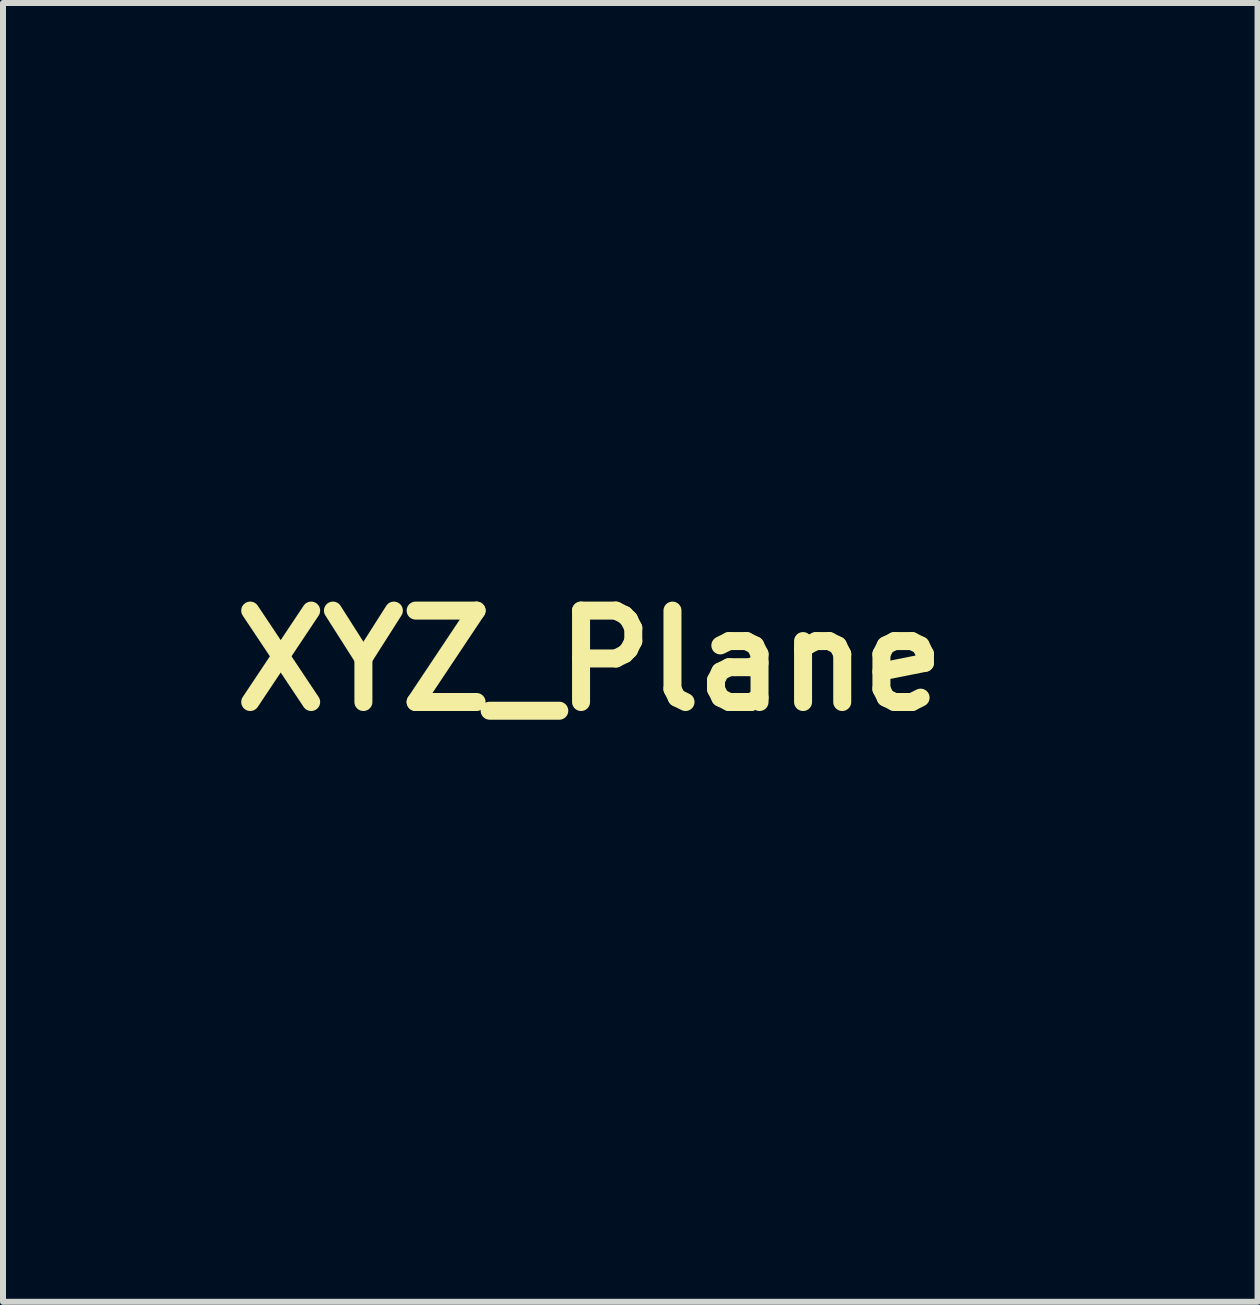
<source format=kicad_pcb>
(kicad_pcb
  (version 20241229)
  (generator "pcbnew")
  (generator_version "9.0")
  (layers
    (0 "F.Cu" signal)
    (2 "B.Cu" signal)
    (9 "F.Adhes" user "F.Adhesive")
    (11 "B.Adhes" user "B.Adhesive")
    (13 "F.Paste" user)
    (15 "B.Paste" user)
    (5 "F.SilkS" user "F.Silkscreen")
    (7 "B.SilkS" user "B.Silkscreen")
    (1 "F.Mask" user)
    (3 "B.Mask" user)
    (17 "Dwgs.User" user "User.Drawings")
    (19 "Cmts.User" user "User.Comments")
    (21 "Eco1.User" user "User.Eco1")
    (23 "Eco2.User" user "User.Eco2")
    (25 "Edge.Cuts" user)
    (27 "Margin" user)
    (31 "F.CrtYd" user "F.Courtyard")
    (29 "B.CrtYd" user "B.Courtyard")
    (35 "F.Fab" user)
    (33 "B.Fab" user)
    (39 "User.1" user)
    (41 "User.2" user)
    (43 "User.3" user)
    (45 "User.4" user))
  (footprint "XYZ_Plane"
    (layer "F.Cu")
    (at 6.782 7.964)
    (property "Reference" "XYZ_Plane" (at 0 0 0) (layer "F.SilkS") (effects (font (size 1.524 1.524) (thickness 0.3))))
    (attr through_hole)
    (fp_poly (pts (xy 2.351 1.643) (xy 2.546 1.829) (xy 2.598 1.881) (xy 2.808 2.101) (xy 2.91 2.244) (xy 2.921 2.343) (xy 2.883 2.408) (xy 2.793 2.501) (xy 2.708 2.521) (xy 2.592 2.454) (xy 2.411 2.286) (xy 2.286 2.159) (xy 2.085 1.948) (xy 1.99 1.817) (xy 1.982 1.728) (xy 2.047 1.643) (xy 2.057 1.632) (xy 2.144 1.562) (xy 2.229 1.56) (xy 2.351 1.643)) (stroke (width 0.01) (type solid)) (fill no) (layer "Eco2.User"))
    (fp_poly (pts (xy 4.637 3.929) (xy 4.832 4.115) (xy 4.884 4.167) (xy 5.094 4.387) (xy 5.196 4.53) (xy 5.207 4.629) (xy 5.169 4.694) (xy 5.079 4.787) (xy 4.994 4.807) (xy 4.878 4.74) (xy 4.697 4.572) (xy 4.572 4.445) (xy 4.371 4.234) (xy 4.276 4.103) (xy 4.268 4.014) (xy 4.333 3.929) (xy 4.343 3.918) (xy 4.43 3.848) (xy 4.515 3.846) (xy 4.637 3.929)) (stroke (width 0.01) (type solid)) (fill no) (layer "Eco2.User"))
    (fp_poly (pts (xy 1.214 0.5) (xy 1.407 0.686) (xy 1.468 0.748) (xy 1.677 0.966) (xy 1.782 1.101) (xy 1.798 1.19) (xy 1.742 1.267) (xy 1.712 1.295) (xy 1.622 1.362) (xy 1.533 1.362) (xy 1.411 1.278) (xy 1.218 1.092) (xy 1.157 1.03) (xy 0.947 0.812) (xy 0.842 0.677) (xy 0.826 0.588) (xy 0.883 0.511) (xy 0.912 0.483) (xy 1.003 0.416) (xy 1.091 0.416) (xy 1.214 0.5)) (stroke (width 0.01) (type solid)) (fill no) (layer "Eco2.User"))
    (fp_poly (pts (xy 3.5 2.786) (xy 3.693 2.972) (xy 3.754 3.034) (xy 3.963 3.252) (xy 4.068 3.387) (xy 4.084 3.476) (xy 4.028 3.553) (xy 3.998 3.581) (xy 3.908 3.648) (xy 3.819 3.648) (xy 3.697 3.564) (xy 3.504 3.378) (xy 3.443 3.316) (xy 3.233 3.098) (xy 3.128 2.963) (xy 3.112 2.874) (xy 3.169 2.797) (xy 3.198 2.769) (xy 3.289 2.702) (xy 3.377 2.702) (xy 3.5 2.786)) (stroke (width 0.01) (type solid)) (fill no) (layer "Eco2.User"))
    (fp_poly (pts (xy 5.786 5.072) (xy 5.979 5.258) (xy 6.04 5.32) (xy 6.249 5.538) (xy 6.354 5.673) (xy 6.37 5.762) (xy 6.314 5.839) (xy 6.284 5.867) (xy 6.194 5.934) (xy 6.105 5.934) (xy 5.983 5.85) (xy 5.79 5.664) (xy 5.729 5.602) (xy 5.519 5.384) (xy 5.414 5.249) (xy 5.398 5.16) (xy 5.455 5.083) (xy 5.484 5.055) (xy 5.575 4.988) (xy 5.663 4.988) (xy 5.786 5.072)) (stroke (width 0.01) (type solid)) (fill no) (layer "Eco2.User"))
    (fp_poly (pts (xy -0.391 -0.891) (xy -0.182 -0.834) (xy 0.11 -0.741) (xy 0.447 -0.627) (xy 0.668 -0.548) (xy 0.736 -0.493) (xy 0.68 -0.39) (xy 0.648 -0.353) (xy 0.56 -0.213) (xy 0.609 -0.102) (xy 0.611 -0.1) (xy 0.661 0.008) (xy 0.573 0.14) (xy 0.568 0.145) (xy 0.435 0.237) (xy 0.327 0.192) (xy 0.323 0.188) (xy 0.213 0.137) (xy 0.075 0.221) (xy 0.071 0.224) (xy -0.051 0.311) (xy -0.113 0.272) (xy -0.124 0.244) (xy -0.247 -0.101) (xy -0.355 -0.426) (xy -0.436 -0.693) (xy -0.478 -0.863) (xy -0.48 -0.903) (xy -0.391 -0.891)) (stroke (width 0.01) (type solid)) (fill no) (layer "Eco2.User"))
    (fp_poly (pts (xy 2.496 -1.436) (xy 2.637 -1.418) (xy 2.667 -1.375) (xy 2.615 -1.296) (xy 2.611 -1.291) (xy 2.27 -0.885) (xy 2.025 -0.591) (xy 1.866 -0.391) (xy 1.779 -0.267) (xy 1.754 -0.2) (xy 1.778 -0.174) (xy 1.839 -0.169) (xy 1.876 -0.169) (xy 2.107 -0.218) (xy 2.259 -0.295) (xy 2.387 -0.375) (xy 2.414 -0.341) (xy 2.395 -0.253) (xy 2.346 -0.157) (xy 2.234 -0.106) (xy 2.018 -0.087) (xy 1.853 -0.085) (xy 1.588 -0.093) (xy 1.407 -0.115) (xy 1.355 -0.139) (xy 1.405 -0.227) (xy 1.537 -0.404) (xy 1.716 -0.626) (xy 1.988 -0.952) (xy 2.163 -1.168) (xy 2.248 -1.294) (xy 2.252 -1.35) (xy 2.184 -1.358) (xy 2.052 -1.339) (xy 2.011 -1.332) (xy 1.806 -1.317) (xy 1.699 -1.346) (xy 1.693 -1.36) (xy 1.77 -1.401) (xy 1.971 -1.43) (xy 2.214 -1.439) (xy 2.496 -1.436)) (stroke (width 0.01) (type solid)) (fill no) (layer "Eco2.User"))
    (fp_poly (pts (xy -3.906 4.415) (xy -4.169 4.741) (xy -4.375 5.074) (xy -4.511 5.385) (xy -4.567 5.643) (xy -4.53 5.82) (xy -4.466 5.871) (xy -4.483 5.894) (xy -4.634 5.911) (xy -4.826 5.917) (xy -5.083 5.913) (xy -5.188 5.889) (xy -5.156 5.843) (xy -5.146 5.837) (xy -4.993 5.659) (xy -4.899 5.368) (xy -4.875 5.014) (xy -4.919 4.682) (xy -5.003 4.421) (xy -5.103 4.223) (xy -5.149 4.17) (xy -5.2 4.109) (xy -5.139 4.077) (xy -4.944 4.065) (xy -4.826 4.064) (xy -4.572 4.069) (xy -4.464 4.091) (xy -4.476 4.138) (xy -4.514 4.17) (xy -4.598 4.255) (xy -4.615 4.374) (xy -4.569 4.582) (xy -4.551 4.648) (xy -4.443 5.02) (xy -4.211 4.686) (xy -4.043 4.417) (xy -3.987 4.246) (xy -4.037 4.146) (xy -4.085 4.12) (xy -4.083 4.091) (xy -3.946 4.073) (xy -3.887 4.071) (xy -3.582 4.064) (xy -3.906 4.415)) (stroke (width 0.01) (type solid)) (fill no) (layer "Eco2.User"))
    (fp_poly (pts (xy 6.299 -7.717) (xy 6.066 -7.534) (xy 5.87 -7.359) (xy 5.819 -7.306) (xy 5.735 -7.197) (xy 5.715 -7.09) (xy 5.759 -6.93) (xy 5.844 -6.722) (xy 5.97 -6.465) (xy 6.098 -6.265) (xy 6.158 -6.202) (xy 6.213 -6.142) (xy 6.158 -6.111) (xy 5.969 -6.102) (xy 5.837 -6.103) (xy 5.606 -6.113) (xy 5.482 -6.133) (xy 5.482 -6.152) (xy 5.574 -6.269) (xy 5.558 -6.478) (xy 5.478 -6.664) (xy 5.374 -6.851) (xy 5.093 -6.631) (xy 4.894 -6.431) (xy 4.852 -6.261) (xy 4.854 -6.254) (xy 4.855 -6.149) (xy 4.757 -6.104) (xy 4.585 -6.096) (xy 4.276 -6.097) (xy 4.53 -6.255) (xy 4.751 -6.42) (xy 4.993 -6.637) (xy 5.061 -6.705) (xy 5.338 -6.997) (xy 5.164 -7.391) (xy 5.035 -7.637) (xy 4.902 -7.819) (xy 4.844 -7.869) (xy 4.8 -7.918) (xy 4.888 -7.945) (xy 5.127 -7.955) (xy 5.165 -7.955) (xy 5.43 -7.945) (xy 5.533 -7.913) (xy 5.511 -7.881) (xy 5.439 -7.8) (xy 5.453 -7.667) (xy 5.5 -7.543) (xy 5.589 -7.366) (xy 5.662 -7.282) (xy 5.667 -7.281) (xy 5.758 -7.337) (xy 5.91 -7.475) (xy 5.953 -7.519) (xy 6.095 -7.692) (xy 6.115 -7.805) (xy 6.079 -7.857) (xy 6.048 -7.924) (xy 6.147 -7.954) (xy 6.303 -7.959) (xy 6.629 -7.959) (xy 6.299 -7.717)) (stroke (width 0.01) (type solid)) (fill no) (layer "Eco2.User"))
    (fp_poly (pts (xy 7.855 -6.816) (xy 7.988 -6.541) (xy 8.085 -6.33) (xy 8.127 -6.225) (xy 8.128 -6.221) (xy 8.057 -6.188) (xy 7.959 -6.181) (xy 7.928 -6.178) (xy 7.901 -6.163) (xy 7.877 -6.124) (xy 7.858 -6.051) (xy 7.841 -5.932) (xy 7.828 -5.757) (xy 7.817 -5.514) (xy 7.808 -5.192) (xy 7.801 -4.78) (xy 7.796 -4.268) (xy 7.793 -3.643) (xy 7.791 -2.896) (xy 7.79 -2.015) (xy 7.789 -0.989) (xy 7.789 0.193) (xy 7.789 0.459) (xy 7.789 1.506) (xy 7.787 2.507) (xy 7.784 3.446) (xy 7.78 4.312) (xy 7.775 5.091) (xy 7.769 5.77) (xy 7.763 6.335) (xy 7.756 6.774) (xy 7.748 7.074) (xy 7.74 7.22) (xy 7.738 7.232) (xy 7.716 7.257) (xy 7.663 7.278) (xy 7.569 7.297) (xy 7.422 7.313) (xy 7.212 7.326) (xy 6.927 7.337) (xy 6.558 7.345) (xy 6.092 7.352) (xy 5.518 7.357) (xy 4.827 7.361) (xy 4.007 7.364) (xy 3.048 7.365) (xy 1.937 7.366) (xy 1.049 7.366) (xy -0.166 7.366) (xy -1.224 7.366) (xy -2.134 7.367) (xy -2.908 7.369) (xy -3.556 7.372) (xy -4.091 7.377) (xy -4.522 7.383) (xy -4.862 7.391) (xy -5.12 7.402) (xy -5.309 7.415) (xy -5.438 7.431) (xy -5.52 7.45) (xy -5.565 7.472) (xy -5.584 7.498) (xy -5.588 7.529) (xy -5.588 7.535) (xy -5.596 7.64) (xy -5.639 7.684) (xy -5.747 7.664) (xy -5.948 7.574) (xy -6.246 7.423) (xy -6.777 7.15) (xy -6.223 6.877) (xy -5.948 6.744) (xy -5.738 6.647) (xy -5.632 6.605) (xy -5.629 6.604) (xy -5.596 6.675) (xy -5.588 6.773) (xy -5.585 6.805) (xy -5.57 6.833) (xy -5.53 6.856) (xy -5.455 6.876) (xy -5.333 6.893) (xy -5.153 6.906) (xy -4.904 6.917) (xy -4.574 6.926) (xy -4.151 6.932) (xy -3.626 6.936) (xy -2.986 6.94) (xy -2.22 6.941) (xy -1.316 6.942) (xy -0.265 6.943) (xy 0.736 6.943) (xy 7.061 6.943) (xy 6.773 6.646) (xy 6.605 6.463) (xy 6.544 6.352) (xy 6.574 6.264) (xy 6.628 6.205) (xy 6.723 6.128) (xy 6.815 6.133) (xy 6.95 6.236) (xy 7.069 6.349) (xy 7.366 6.637) (xy 7.366 0.228) (xy 7.366 -0.965) (xy 7.366 -2) (xy 7.364 -2.888) (xy 7.363 -3.641) (xy 7.359 -4.269) (xy 7.355 -4.784) (xy 7.348 -5.197) (xy 7.339 -5.519) (xy 7.328 -5.762) (xy 7.315 -5.937) (xy 7.298 -6.055) (xy 7.278 -6.127) (xy 7.254 -6.164) (xy 7.226 -6.178) (xy 7.197 -6.181) (xy 7.092 -6.189) (xy 7.048 -6.232) (xy 7.068 -6.34) (xy 7.158 -6.541) (xy 7.309 -6.839) (xy 7.582 -7.37) (xy 7.855 -6.816)) (stroke (width 0.01) (type solid)) (fill no) (layer "Eco2.User")))
  (gr_rect
    (start -3 -3)
    (end 17.915 18.653)
    (stroke (width 0.1) (type default))
    (fill no)
    (layer "Edge.Cuts")))
</source>
